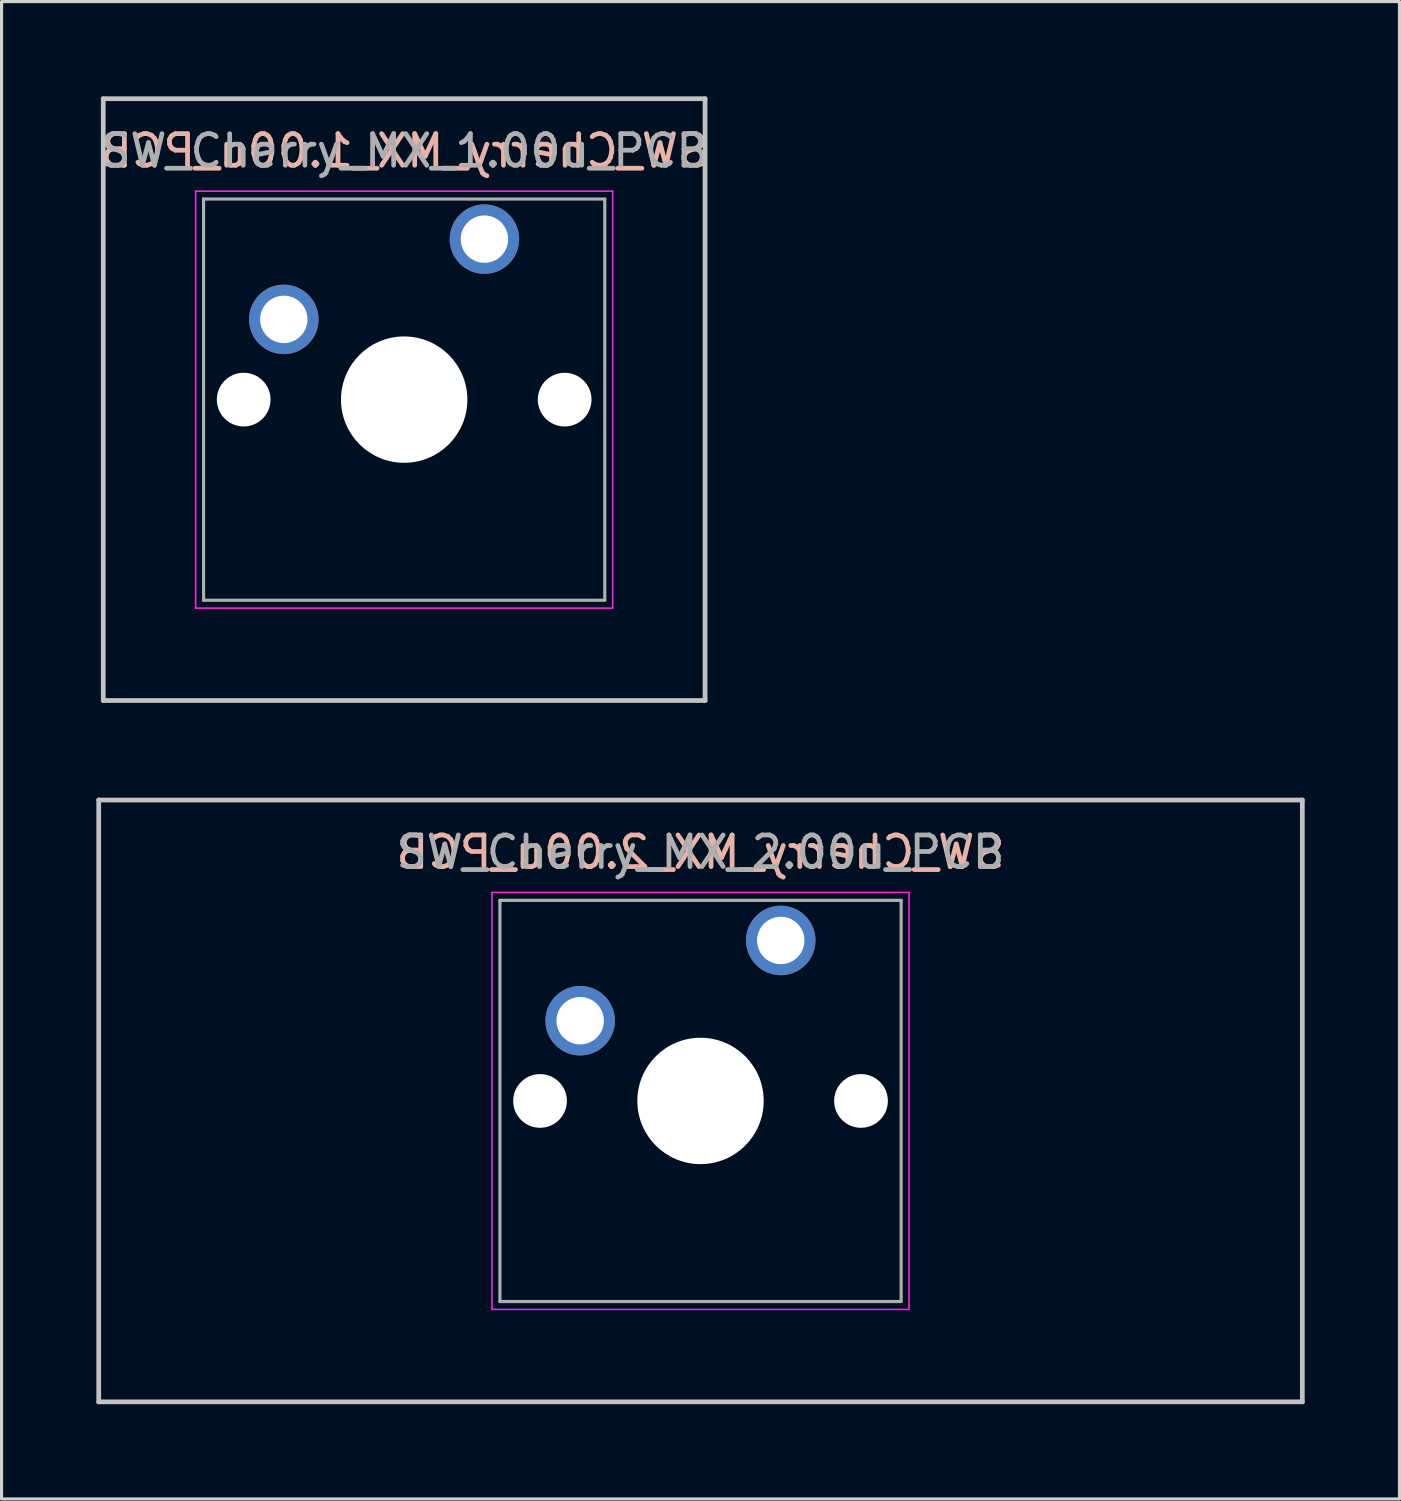
<source format=kicad_pcb>
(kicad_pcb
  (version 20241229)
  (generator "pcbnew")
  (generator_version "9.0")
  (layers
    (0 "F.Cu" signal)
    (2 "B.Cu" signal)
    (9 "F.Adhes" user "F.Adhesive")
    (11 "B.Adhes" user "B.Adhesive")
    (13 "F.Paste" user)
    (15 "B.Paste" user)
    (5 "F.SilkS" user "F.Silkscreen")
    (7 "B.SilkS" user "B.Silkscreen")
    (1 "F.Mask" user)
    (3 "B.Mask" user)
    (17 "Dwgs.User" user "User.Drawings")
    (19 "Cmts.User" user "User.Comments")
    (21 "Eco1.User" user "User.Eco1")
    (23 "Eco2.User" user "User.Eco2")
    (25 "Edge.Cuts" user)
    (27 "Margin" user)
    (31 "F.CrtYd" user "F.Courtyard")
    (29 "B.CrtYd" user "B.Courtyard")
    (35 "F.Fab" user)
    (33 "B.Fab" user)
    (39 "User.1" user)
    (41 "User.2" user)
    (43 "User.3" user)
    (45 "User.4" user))
  (footprint "SW_Cherry_MX_2.00u_PCB"
    (layer "F.Cu")
    (at 21.665 26.72)
    (property "Reference" "SW_Cherry_MX_2.00u_PCB" (at -2.54 -2.794 0) (layer "B.SilkS") (effects (font (size 1 1) (thickness 0.15)) (justify mirror)))
    (attr through_hole)
    (fp_line (start -21.59 -4.445) (end 16.51 -4.445) (stroke (width 0.15) (type solid)) (layer "Dwgs.User"))
    (fp_line (start -21.59 14.605) (end -21.59 -4.445) (stroke (width 0.15) (type solid)) (layer "Dwgs.User"))
    (fp_line (start 16.51 -4.445) (end 16.51 14.605) (stroke (width 0.15) (type solid)) (layer "Dwgs.User"))
    (fp_line (start 16.51 14.605) (end -21.59 14.605) (stroke (width 0.15) (type solid)) (layer "Dwgs.User"))
    (fp_line (start -9.14 -1.52) (end 4.06 -1.52) (stroke (width 0.05) (type solid)) (layer "F.CrtYd"))
    (fp_line (start -9.14 11.68) (end -9.14 -1.52) (stroke (width 0.05) (type solid)) (layer "F.CrtYd"))
    (fp_line (start 4.06 -1.52) (end 4.06 11.68) (stroke (width 0.05) (type solid)) (layer "F.CrtYd"))
    (fp_line (start 4.06 11.68) (end -9.14 11.68) (stroke (width 0.05) (type solid)) (layer "F.CrtYd"))
    (fp_line (start -8.89 -1.27) (end 3.81 -1.27) (stroke (width 0.1) (type solid)) (layer "F.Fab"))
    (fp_line (start -8.89 11.43) (end -8.89 -1.27) (stroke (width 0.1) (type solid)) (layer "F.Fab"))
    (fp_line (start 3.81 -1.27) (end 3.81 11.43) (stroke (width 0.1) (type solid)) (layer "F.Fab"))
    (fp_line (start 3.81 11.43) (end -8.89 11.43) (stroke (width 0.1) (type solid)) (layer "F.Fab"))
    (fp_text user "${REFERENCE}" (at -2.54 -2.794 0) (layer "F.Fab") (effects (font (size 1 1) (thickness 0.15))))
    (pad "" np_thru_hole circle (at -7.62 5.08) (size 1.7 1.7) (drill 1.7) (layers "*.Cu" "*.Mask"))
    (pad "" np_thru_hole circle (at -2.54 5.08) (size 4 4) (drill 4) (layers "*.Cu" "*.Mask"))
    (pad "" np_thru_hole circle (at 2.54 5.08) (size 1.7 1.7) (drill 1.7) (layers "*.Cu" "*.Mask"))
    (pad "1" thru_hole circle (at 0 0) (size 2.2 2.2) (drill 1.5) (layers "*.Cu" "*.Mask"))
    (pad "2" thru_hole circle (at -6.35 2.54) (size 2.2 2.2) (drill 1.5) (layers "*.Cu" "*.Mask")))
  (footprint "SW_Cherry_MX_1.00u_PCB"
    (layer "F.Cu")
    (at 12.284 4.52)
    (property "Reference" "SW_Cherry_MX_1.00u_PCB" (at -2.54 -2.794 0) (layer "B.SilkS") (effects (font (size 1 1) (thickness 0.15)) (justify mirror)))
    (attr through_hole)
    (fp_line (start -12.065 -4.445) (end 6.985 -4.445) (stroke (width 0.15) (type solid)) (layer "Dwgs.User"))
    (fp_line (start -12.065 14.605) (end -12.065 -4.445) (stroke (width 0.15) (type solid)) (layer "Dwgs.User"))
    (fp_line (start 6.985 -4.445) (end 6.985 14.605) (stroke (width 0.15) (type solid)) (layer "Dwgs.User"))
    (fp_line (start 6.985 14.605) (end -12.065 14.605) (stroke (width 0.15) (type solid)) (layer "Dwgs.User"))
    (fp_line (start -9.14 -1.52) (end 4.06 -1.52) (stroke (width 0.05) (type solid)) (layer "F.CrtYd"))
    (fp_line (start -9.14 11.68) (end -9.14 -1.52) (stroke (width 0.05) (type solid)) (layer "F.CrtYd"))
    (fp_line (start 4.06 -1.52) (end 4.06 11.68) (stroke (width 0.05) (type solid)) (layer "F.CrtYd"))
    (fp_line (start 4.06 11.68) (end -9.14 11.68) (stroke (width 0.05) (type solid)) (layer "F.CrtYd"))
    (fp_line (start -8.89 -1.27) (end 3.81 -1.27) (stroke (width 0.1) (type solid)) (layer "F.Fab"))
    (fp_line (start -8.89 11.43) (end -8.89 -1.27) (stroke (width 0.1) (type solid)) (layer "F.Fab"))
    (fp_line (start 3.81 -1.27) (end 3.81 11.43) (stroke (width 0.1) (type solid)) (layer "F.Fab"))
    (fp_line (start 3.81 11.43) (end -8.89 11.43) (stroke (width 0.1) (type solid)) (layer "F.Fab"))
    (fp_text user "${REFERENCE}" (at -2.54 -2.794 0) (layer "F.Fab") (effects (font (size 1 1) (thickness 0.15))))
    (pad "" np_thru_hole circle (at -7.62 5.08) (size 1.7 1.7) (drill 1.7) (layers "*.Cu" "*.Mask"))
    (pad "" np_thru_hole circle (at -2.54 5.08) (size 4 4) (drill 4) (layers "*.Cu" "*.Mask"))
    (pad "" np_thru_hole circle (at 2.54 5.08) (size 1.7 1.7) (drill 1.7) (layers "*.Cu" "*.Mask"))
    (pad "1" thru_hole circle (at 0 0) (size 2.2 2.2) (drill 1.5) (layers "*.Cu" "*.Mask"))
    (pad "2" thru_hole circle (at -6.35 2.54) (size 2.2 2.2) (drill 1.5) (layers "*.Cu" "*.Mask")))
  (gr_rect
    (start -3 -3)
    (end 41.25 44.4)
    (stroke (width 0.1) (type default))
    (fill no)
    (layer "Edge.Cuts")))
</source>
